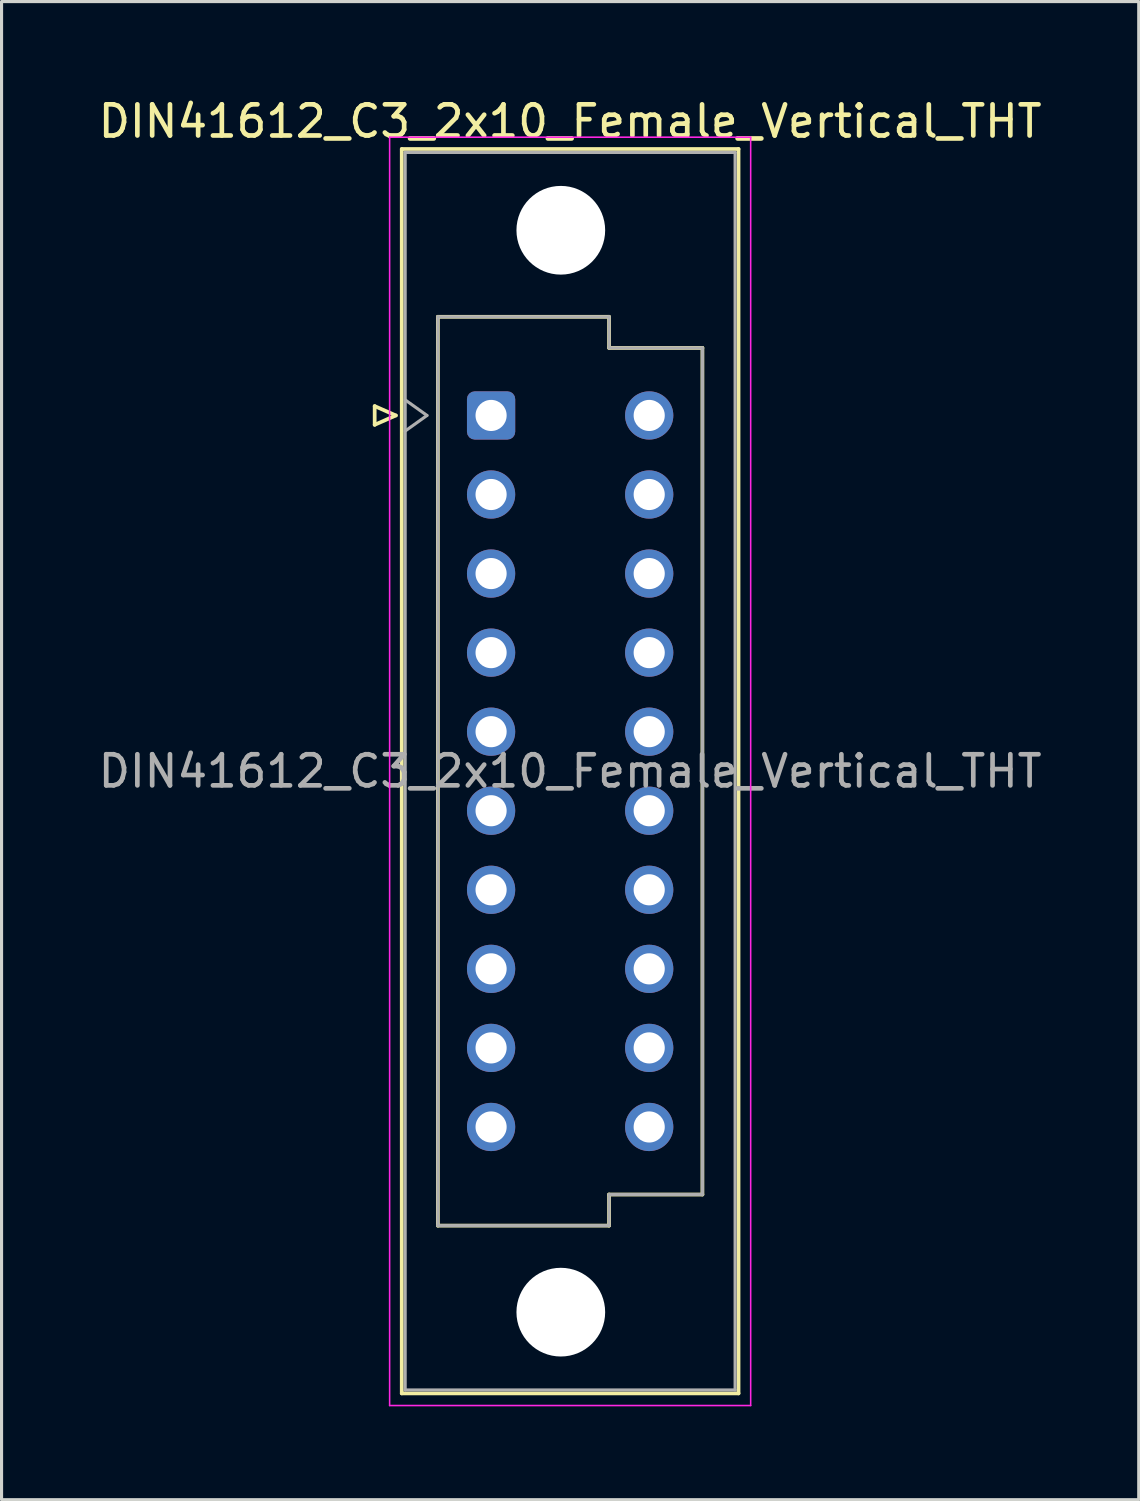
<source format=kicad_pcb>
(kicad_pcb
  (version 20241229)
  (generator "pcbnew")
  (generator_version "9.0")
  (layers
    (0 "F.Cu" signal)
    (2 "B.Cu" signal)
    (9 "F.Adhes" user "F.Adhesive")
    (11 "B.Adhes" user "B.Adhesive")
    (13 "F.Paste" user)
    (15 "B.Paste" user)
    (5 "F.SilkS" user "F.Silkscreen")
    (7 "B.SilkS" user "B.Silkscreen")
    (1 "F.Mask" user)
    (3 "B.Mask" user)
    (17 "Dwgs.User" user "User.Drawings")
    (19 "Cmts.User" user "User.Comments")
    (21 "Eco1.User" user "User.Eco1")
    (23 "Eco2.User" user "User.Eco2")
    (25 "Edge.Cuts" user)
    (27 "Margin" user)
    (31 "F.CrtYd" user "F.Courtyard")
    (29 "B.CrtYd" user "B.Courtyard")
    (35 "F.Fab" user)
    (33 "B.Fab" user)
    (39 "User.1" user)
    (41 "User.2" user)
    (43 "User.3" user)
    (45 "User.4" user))
  (footprint "DIN41612_C3_2x10_Female_Vertical_THT"
    (layer "F.Cu")
    (at 12.728 10.298)
    (property "Reference" "DIN41612_C3_2x10_Female_Vertical_THT" (at 2.54 -9.45 0) (layer "F.SilkS") (effects (font (size 1 1) (thickness 0.15))))
    (attr through_hole)
    (fp_line (start -3.74 -0.3) (end -3.74 0.3) (stroke (width 0.12) (type solid)) (layer "F.SilkS"))
    (fp_line (start -3.74 0.3) (end -3.06 0) (stroke (width 0.12) (type solid)) (layer "F.SilkS"))
    (fp_line (start -3.06 0) (end -3.74 -0.3) (stroke (width 0.12) (type solid)) (layer "F.SilkS"))
    (fp_line (start -2.87 -8.56) (end 7.95 -8.56) (stroke (width 0.12) (type solid)) (layer "F.SilkS"))
    (fp_line (start -2.87 31.42) (end -2.87 -8.56) (stroke (width 0.12) (type solid)) (layer "F.SilkS"))
    (fp_line (start -1.71 -3.17) (end 3.79 -3.17) (stroke (width 0.12) (type solid)) (layer "F.SilkS"))
    (fp_line (start -1.71 26.03) (end -1.71 -3.17) (stroke (width 0.12) (type solid)) (layer "F.SilkS"))
    (fp_line (start 3.79 -3.17) (end 3.79 -2.17) (stroke (width 0.12) (type solid)) (layer "F.SilkS"))
    (fp_line (start 3.79 -2.17) (end 6.79 -2.17) (stroke (width 0.12) (type solid)) (layer "F.SilkS"))
    (fp_line (start 3.79 25.03) (end 3.79 26.03) (stroke (width 0.12) (type solid)) (layer "F.SilkS"))
    (fp_line (start 3.79 26.03) (end -1.71 26.03) (stroke (width 0.12) (type solid)) (layer "F.SilkS"))
    (fp_line (start 6.79 -2.17) (end 6.79 25.03) (stroke (width 0.12) (type solid)) (layer "F.SilkS"))
    (fp_line (start 6.79 25.03) (end 3.79 25.03) (stroke (width 0.12) (type solid)) (layer "F.SilkS"))
    (fp_line (start 7.95 -8.56) (end 7.95 31.42) (stroke (width 0.12) (type solid)) (layer "F.SilkS"))
    (fp_line (start 7.95 31.42) (end -2.87 31.42) (stroke (width 0.12) (type solid)) (layer "F.SilkS"))
    (fp_line (start -3.26 -8.94) (end 8.34 -8.94) (stroke (width 0.05) (type solid)) (layer "F.CrtYd"))
    (fp_line (start -3.26 31.81) (end -3.26 -8.94) (stroke (width 0.05) (type solid)) (layer "F.CrtYd"))
    (fp_line (start 8.34 -8.94) (end 8.34 31.81) (stroke (width 0.05) (type solid)) (layer "F.CrtYd"))
    (fp_line (start 8.34 31.81) (end -3.26 31.81) (stroke (width 0.05) (type solid)) (layer "F.CrtYd"))
    (fp_line (start -2.76 -8.45) (end 7.84 -8.45) (stroke (width 0.1) (type solid)) (layer "F.Fab"))
    (fp_line (start -2.76 -0.5) (end -2.06 0) (stroke (width 0.1) (type solid)) (layer "F.Fab"))
    (fp_line (start -2.76 31.31) (end -2.76 -8.45) (stroke (width 0.1) (type solid)) (layer "F.Fab"))
    (fp_line (start -2.06 0) (end -2.76 0.5) (stroke (width 0.1) (type solid)) (layer "F.Fab"))
    (fp_line (start -1.71 -3.17) (end 3.79 -3.17) (stroke (width 0.1) (type solid)) (layer "F.Fab"))
    (fp_line (start -1.71 26.03) (end -1.71 -3.17) (stroke (width 0.1) (type solid)) (layer "F.Fab"))
    (fp_line (start 3.79 -3.17) (end 3.79 -2.17) (stroke (width 0.1) (type solid)) (layer "F.Fab"))
    (fp_line (start 3.79 -2.17) (end 6.79 -2.17) (stroke (width 0.1) (type solid)) (layer "F.Fab"))
    (fp_line (start 3.79 25.03) (end 3.79 26.03) (stroke (width 0.1) (type solid)) (layer "F.Fab"))
    (fp_line (start 3.79 26.03) (end -1.71 26.03) (stroke (width 0.1) (type solid)) (layer "F.Fab"))
    (fp_line (start 6.79 -2.17) (end 6.79 25.03) (stroke (width 0.1) (type solid)) (layer "F.Fab"))
    (fp_line (start 6.79 25.03) (end 3.79 25.03) (stroke (width 0.1) (type solid)) (layer "F.Fab"))
    (fp_line (start 7.84 -8.45) (end 7.84 31.31) (stroke (width 0.1) (type solid)) (layer "F.Fab"))
    (fp_line (start 7.84 31.31) (end -2.76 31.31) (stroke (width 0.1) (type solid)) (layer "F.Fab"))
    (fp_text user "${REFERENCE}" (at 2.54 11.43 0) (layer "F.Fab") (effects (font (size 1 1) (thickness 0.15))))
    (pad "" np_thru_hole circle (at 2.24 -5.95) (size 2.85 2.85) (drill 2.85) (layers "*.Cu" "*.Mask"))
    (pad "" np_thru_hole circle (at 2.24 28.81) (size 2.85 2.85) (drill 2.85) (layers "*.Cu" "*.Mask"))
    (pad "a1" thru_hole roundrect (at 0 0) (size 1.55 1.55) (drill 1) (layers "*.Cu" "*.Mask") (roundrect_rratio 0.161))
    (pad "a2" thru_hole circle (at 0 2.54) (size 1.55 1.55) (drill 1) (layers "*.Cu" "*.Mask"))
    (pad "a3" thru_hole circle (at 0 5.08) (size 1.55 1.55) (drill 1) (layers "*.Cu" "*.Mask"))
    (pad "a4" thru_hole circle (at 0 7.62) (size 1.55 1.55) (drill 1) (layers "*.Cu" "*.Mask"))
    (pad "a5" thru_hole circle (at 0 10.16) (size 1.55 1.55) (drill 1) (layers "*.Cu" "*.Mask"))
    (pad "a6" thru_hole circle (at 0 12.7) (size 1.55 1.55) (drill 1) (layers "*.Cu" "*.Mask"))
    (pad "a7" thru_hole circle (at 0 15.24) (size 1.55 1.55) (drill 1) (layers "*.Cu" "*.Mask"))
    (pad "a8" thru_hole circle (at 0 17.78) (size 1.55 1.55) (drill 1) (layers "*.Cu" "*.Mask"))
    (pad "a9" thru_hole circle (at 0 20.32) (size 1.55 1.55) (drill 1) (layers "*.Cu" "*.Mask"))
    (pad "a10" thru_hole circle (at 0 22.86) (size 1.55 1.55) (drill 1) (layers "*.Cu" "*.Mask"))
    (pad "c1" thru_hole circle (at 5.08 0) (size 1.55 1.55) (drill 1) (layers "*.Cu" "*.Mask"))
    (pad "c2" thru_hole circle (at 5.08 2.54) (size 1.55 1.55) (drill 1) (layers "*.Cu" "*.Mask"))
    (pad "c3" thru_hole circle (at 5.08 5.08) (size 1.55 1.55) (drill 1) (layers "*.Cu" "*.Mask"))
    (pad "c4" thru_hole circle (at 5.08 7.62) (size 1.55 1.55) (drill 1) (layers "*.Cu" "*.Mask"))
    (pad "c5" thru_hole circle (at 5.08 10.16) (size 1.55 1.55) (drill 1) (layers "*.Cu" "*.Mask"))
    (pad "c6" thru_hole circle (at 5.08 12.7) (size 1.55 1.55) (drill 1) (layers "*.Cu" "*.Mask"))
    (pad "c7" thru_hole circle (at 5.08 15.24) (size 1.55 1.55) (drill 1) (layers "*.Cu" "*.Mask"))
    (pad "c8" thru_hole circle (at 5.08 17.78) (size 1.55 1.55) (drill 1) (layers "*.Cu" "*.Mask"))
    (pad "c9" thru_hole circle (at 5.08 20.32) (size 1.55 1.55) (drill 1) (layers "*.Cu" "*.Mask"))
    (pad "c10" thru_hole circle (at 5.08 22.86) (size 1.55 1.55) (drill 1) (layers "*.Cu" "*.Mask")))
  (gr_rect
    (start -3 -3)
    (end 33.536 45.133)
    (stroke (width 0.1) (type default))
    (fill no)
    (layer "Edge.Cuts")))
</source>
